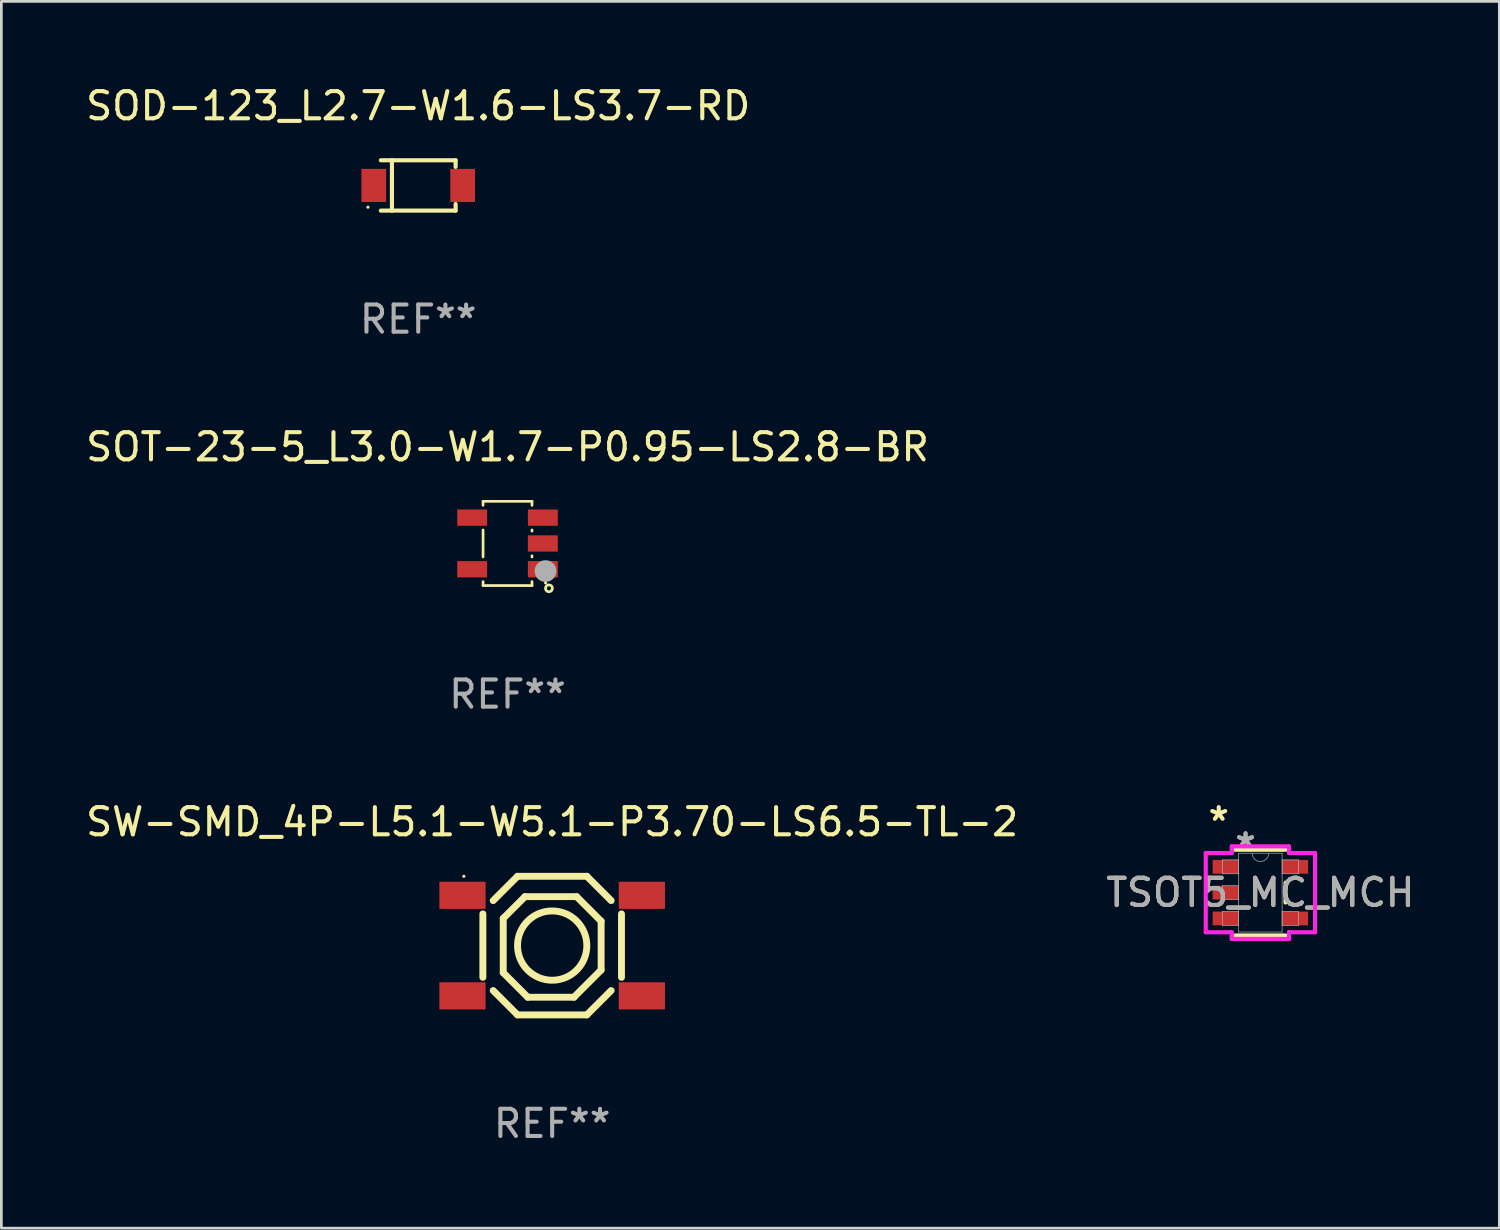
<source format=kicad_pcb>
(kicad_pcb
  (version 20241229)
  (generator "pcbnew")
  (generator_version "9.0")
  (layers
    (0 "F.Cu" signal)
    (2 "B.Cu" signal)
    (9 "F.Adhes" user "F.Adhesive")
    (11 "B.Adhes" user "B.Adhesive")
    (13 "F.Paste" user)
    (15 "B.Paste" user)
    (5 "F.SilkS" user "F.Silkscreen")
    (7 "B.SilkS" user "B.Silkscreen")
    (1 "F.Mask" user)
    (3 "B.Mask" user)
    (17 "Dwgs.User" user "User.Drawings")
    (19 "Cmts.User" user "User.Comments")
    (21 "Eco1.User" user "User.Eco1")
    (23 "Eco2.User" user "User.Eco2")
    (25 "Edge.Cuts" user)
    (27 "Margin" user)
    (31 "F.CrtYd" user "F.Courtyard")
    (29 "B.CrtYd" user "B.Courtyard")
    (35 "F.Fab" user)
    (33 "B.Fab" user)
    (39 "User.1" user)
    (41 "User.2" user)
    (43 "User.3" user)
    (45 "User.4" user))
  (footprint "TSOT5_MC_MCH"
    (layer "F.Cu")
    (at 43.327 29.795)
    (property "Reference" "TSOT5_MC_MCH" (at 0 0 0) (unlocked yes) (layer "F.SilkS") (effects (font (size 1 1) (thickness 0.15))))
    (attr smd)
    (fp_line (start -0.927 1.577) (end 0.927 1.577) (stroke (width 0.152) (type solid)) (layer "F.SilkS"))
    (fp_line (start 0.927 -1.577) (end -0.927 -1.577) (stroke (width 0.152) (type solid)) (layer "F.SilkS"))
    (fp_line (start 0.927 0.363) (end 0.927 -0.363) (stroke (width 0.152) (type solid)) (layer "F.SilkS"))
    (fp_line (start -2.01 -1.458) (end -1.054 -1.458) (stroke (width 0.152) (type solid)) (layer "F.CrtYd"))
    (fp_line (start -2.01 1.458) (end -2.01 -1.458) (stroke (width 0.152) (type solid)) (layer "F.CrtYd"))
    (fp_line (start -1.054 -1.704) (end 1.054 -1.704) (stroke (width 0.152) (type solid)) (layer "F.CrtYd"))
    (fp_line (start -1.054 -1.458) (end -1.054 -1.704) (stroke (width 0.152) (type solid)) (layer "F.CrtYd"))
    (fp_line (start -1.054 1.458) (end -2.01 1.458) (stroke (width 0.152) (type solid)) (layer "F.CrtYd"))
    (fp_line (start -1.054 1.704) (end -1.054 1.458) (stroke (width 0.152) (type solid)) (layer "F.CrtYd"))
    (fp_line (start 1.054 -1.704) (end 1.054 -1.458) (stroke (width 0.152) (type solid)) (layer "F.CrtYd"))
    (fp_line (start 1.054 -1.458) (end 2.01 -1.458) (stroke (width 0.152) (type solid)) (layer "F.CrtYd"))
    (fp_line (start 1.054 1.458) (end 1.054 1.704) (stroke (width 0.152) (type solid)) (layer "F.CrtYd"))
    (fp_line (start 1.054 1.704) (end -1.054 1.704) (stroke (width 0.152) (type solid)) (layer "F.CrtYd"))
    (fp_line (start 2.01 -1.458) (end 2.01 1.458) (stroke (width 0.152) (type solid)) (layer "F.CrtYd"))
    (fp_line (start 2.01 1.458) (end 1.054 1.458) (stroke (width 0.152) (type solid)) (layer "F.CrtYd"))
    (fp_line (start -1.4 -1.204) (end -1.4 -0.696) (stroke (width 0.025) (type solid)) (layer "F.Fab"))
    (fp_line (start -1.4 -0.696) (end -0.8 -0.696) (stroke (width 0.025) (type solid)) (layer "F.Fab"))
    (fp_line (start -1.4 -0.254) (end -1.4 0.254) (stroke (width 0.025) (type solid)) (layer "F.Fab"))
    (fp_line (start -1.4 0.254) (end -0.8 0.254) (stroke (width 0.025) (type solid)) (layer "F.Fab"))
    (fp_line (start -1.4 0.696) (end -1.4 1.204) (stroke (width 0.025) (type solid)) (layer "F.Fab"))
    (fp_line (start -1.4 1.204) (end -0.8 1.204) (stroke (width 0.025) (type solid)) (layer "F.Fab"))
    (fp_line (start -0.8 -1.45) (end -0.8 1.45) (stroke (width 0.025) (type solid)) (layer "F.Fab"))
    (fp_line (start -0.8 -1.204) (end -1.4 -1.204) (stroke (width 0.025) (type solid)) (layer "F.Fab"))
    (fp_line (start -0.8 -0.696) (end -0.8 -1.204) (stroke (width 0.025) (type solid)) (layer "F.Fab"))
    (fp_line (start -0.8 -0.254) (end -1.4 -0.254) (stroke (width 0.025) (type solid)) (layer "F.Fab"))
    (fp_line (start -0.8 0.254) (end -0.8 -0.254) (stroke (width 0.025) (type solid)) (layer "F.Fab"))
    (fp_line (start -0.8 0.696) (end -1.4 0.696) (stroke (width 0.025) (type solid)) (layer "F.Fab"))
    (fp_line (start -0.8 1.204) (end -0.8 0.696) (stroke (width 0.025) (type solid)) (layer "F.Fab"))
    (fp_line (start -0.8 1.45) (end 0.8 1.45) (stroke (width 0.025) (type solid)) (layer "F.Fab"))
    (fp_line (start 0.8 -1.45) (end -0.8 -1.45) (stroke (width 0.025) (type solid)) (layer "F.Fab"))
    (fp_line (start 0.8 -1.204) (end 0.8 -0.696) (stroke (width 0.025) (type solid)) (layer "F.Fab"))
    (fp_line (start 0.8 -0.696) (end 1.4 -0.696) (stroke (width 0.025) (type solid)) (layer "F.Fab"))
    (fp_line (start 0.8 0.696) (end 0.8 1.204) (stroke (width 0.025) (type solid)) (layer "F.Fab"))
    (fp_line (start 0.8 1.204) (end 1.4 1.204) (stroke (width 0.025) (type solid)) (layer "F.Fab"))
    (fp_line (start 0.8 1.45) (end 0.8 -1.45) (stroke (width 0.025) (type solid)) (layer "F.Fab"))
    (fp_line (start 1.4 -1.204) (end 0.8 -1.204) (stroke (width 0.025) (type solid)) (layer "F.Fab"))
    (fp_line (start 1.4 -0.696) (end 1.4 -1.204) (stroke (width 0.025) (type solid)) (layer "F.Fab"))
    (fp_line (start 1.4 0.696) (end 0.8 0.696) (stroke (width 0.025) (type solid)) (layer "F.Fab"))
    (fp_line (start 1.4 1.204) (end 1.4 0.696) (stroke (width 0.025) (type solid)) (layer "F.Fab"))
    (fp_arc (start 0.3048 -1.45) (mid 0 -1.1452) (end -0.3048 -1.45) (stroke (width 0.0254) (type solid)) (layer "F.Fab"))
    (fp_text user "*" (at -1.532 -2.601 0) (layer "F.SilkS") (effects (font (size 1 1) (thickness 0.15))))
    (fp_text user "*" (at -0.546 -1.636 0) (unlocked yes) (layer "F.Fab") (effects (font (size 1 1) (thickness 0.15))))
    (fp_text user "*" (at -0.546 -1.636 0) (layer "F.Fab") (effects (font (size 1 1) (thickness 0.15))))
    (fp_text user "${REFERENCE}" (at 0 0 0) (unlocked yes) (layer "F.Fab") (effects (font (size 1 1) (thickness 0.15))))
    (pad "1" smd rect (at -1.278 -0.95) (size 0.956 0.508) (layers "F.Cu" "F.Mask" "F.Paste"))
    (pad "2" smd rect (at -1.278 0) (size 0.956 0.508) (layers "F.Cu" "F.Mask" "F.Paste"))
    (pad "3" smd rect (at -1.278 0.95) (size 0.956 0.508) (layers "F.Cu" "F.Mask" "F.Paste"))
    (pad "4" smd rect (at 1.278 0.95) (size 0.956 0.508) (layers "F.Cu" "F.Mask" "F.Paste"))
    (pad "5" smd rect (at 1.278 -0.95) (size 0.956 0.508) (layers "F.Cu" "F.Mask" "F.Paste")))
  (footprint "SOT-23-5_L3.0-W1.7-P0.95-LS2.8-BR"
    (layer "F.Cu")
    (at 15.625 16.947)
    (property "Reference" "SOT-23-5_L3.0-W1.7-P0.95-LS2.8-BR" (at 0 -3.55 0) (layer "F.SilkS") (effects (font (size 1 1) (thickness 0.15))))
    (attr smd)
    (fp_line (start -0.9 -1.55) (end -0.9 -1.404) (stroke (width 0.1) (type solid)) (layer "F.SilkS"))
    (fp_line (start -0.9 -1.55) (end 0.9 -1.55) (stroke (width 0.1) (type solid)) (layer "F.SilkS"))
    (fp_line (start -0.9 -0.496) (end -0.9 0.496) (stroke (width 0.1) (type solid)) (layer "F.SilkS"))
    (fp_line (start -0.9 1.404) (end -0.9 1.55) (stroke (width 0.1) (type solid)) (layer "F.SilkS"))
    (fp_line (start -0.9 1.55) (end 0.9 1.55) (stroke (width 0.1) (type solid)) (layer "F.SilkS"))
    (fp_line (start 0.9 -1.55) (end 0.9 -1.404) (stroke (width 0.1) (type solid)) (layer "F.SilkS"))
    (fp_line (start 0.9 -0.496) (end 0.9 -0.454) (stroke (width 0.1) (type solid)) (layer "F.SilkS"))
    (fp_line (start 0.9 0.454) (end 0.9 0.496) (stroke (width 0.1) (type solid)) (layer "F.SilkS"))
    (fp_line (start 0.9 1.404) (end 0.9 1.55) (stroke (width 0.1) (type solid)) (layer "F.SilkS"))
    (fp_circle (center 1.4 1.45) (end 1.43 1.45) (stroke (width 0.06) (type solid)) (fill no) (layer "F.SilkS"))
    (fp_circle (center 1.524 1.651) (end 1.651 1.651) (stroke (width 0.1) (type solid)) (fill no) (layer "F.SilkS"))
    (fp_circle (center 1.397 1.016) (end 1.597 1.016) (stroke (width 0.4) (type solid)) (fill no) (layer "F.Fab"))
    (fp_text user "REF**" (at 0 5.55 0) (layer "F.Fab") (effects (font (size 1 1) (thickness 0.15))))
    (pad "1" smd rect (at 1.3 0.95) (size 1.1 0.6) (layers "F.Cu" "F.Mask" "F.Paste"))
    (pad "2" smd rect (at 1.3 0) (size 1.1 0.6) (layers "F.Cu" "F.Mask" "F.Paste"))
    (pad "3" smd rect (at 1.3 -0.95) (size 1.1 0.6) (layers "F.Cu" "F.Mask" "F.Paste"))
    (pad "4" smd rect (at -1.3 -0.95) (size 1.1 0.6) (layers "F.Cu" "F.Mask" "F.Paste"))
    (pad "5" smd rect (at -1.3 0.95) (size 1.1 0.6) (layers "F.Cu" "F.Mask" "F.Paste")))
  (footprint "SW-SMD_4P-L5.1-W5.1-P3.70-LS6.5-TL-2"
    (layer "F.Cu")
    (at 17.268 31.744)
    (property "Reference" "SW-SMD_4P-L5.1-W5.1-P3.70-LS6.5-TL-2" (at 0 -4.55 0) (layer "F.SilkS") (effects (font (size 1 1) (thickness 0.15))))
    (attr smd)
    (fp_line (start -2.55 -1.168) (end -2.55 1.168) (stroke (width 0.254) (type solid)) (layer "F.SilkS"))
    (fp_line (start -2.17 1.655) (end -1.275 2.55) (stroke (width 0.254) (type solid)) (layer "F.SilkS"))
    (fp_line (start -1.801 -1.001) (end -1.001 -1.801) (stroke (width 0.254) (type solid)) (layer "F.SilkS"))
    (fp_line (start -1.801 0.998) (end -1.801 -1.001) (stroke (width 0.254) (type solid)) (layer "F.SilkS"))
    (fp_line (start -1.275 -2.55) (end -2.17 -1.655) (stroke (width 0.254) (type solid)) (layer "F.SilkS"))
    (fp_line (start -1.275 -2.55) (end 1.275 -2.55) (stroke (width 0.254) (type solid)) (layer "F.SilkS"))
    (fp_line (start -1.275 2.55) (end 1.275 2.55) (stroke (width 0.254) (type solid)) (layer "F.SilkS"))
    (fp_line (start -1.001 -1.801) (end 0.899 -1.801) (stroke (width 0.254) (type solid)) (layer "F.SilkS"))
    (fp_line (start -0.899 1.9) (end -1.801 0.998) (stroke (width 0.254) (type solid)) (layer "F.SilkS"))
    (fp_line (start 0.8 1.9) (end -0.899 1.9) (stroke (width 0.254) (type solid)) (layer "F.SilkS"))
    (fp_line (start 0.899 -1.801) (end 1.801 -0.899) (stroke (width 0.254) (type solid)) (layer "F.SilkS"))
    (fp_line (start 1.275 -2.55) (end 2.17 -1.655) (stroke (width 0.254) (type solid)) (layer "F.SilkS"))
    (fp_line (start 1.801 -0.899) (end 1.801 0.899) (stroke (width 0.254) (type solid)) (layer "F.SilkS"))
    (fp_line (start 1.801 0.899) (end 0.8 1.9) (stroke (width 0.254) (type solid)) (layer "F.SilkS"))
    (fp_line (start 2.17 1.655) (end 1.275 2.55) (stroke (width 0.254) (type solid)) (layer "F.SilkS"))
    (fp_line (start 2.55 -1.168) (end 2.55 1.168) (stroke (width 0.254) (type solid)) (layer "F.SilkS"))
    (fp_circle (center -3.25 -2.55) (end -3.22 -2.55) (stroke (width 0.06) (type solid)) (fill no) (layer "F.SilkS"))
    (fp_circle (center 0 0) (end 1.275 0) (stroke (width 0.254) (type solid)) (fill no) (layer "F.SilkS"))
    (fp_text user "REF**" (at 0 6.55 0) (layer "F.Fab") (effects (font (size 1 1) (thickness 0.15))))
    (pad "1" smd rect (at -3.3 -1.85) (size 1.7 1) (layers "F.Cu" "F.Mask" "F.Paste"))
    (pad "2" smd rect (at 3.3 -1.85) (size 1.7 1) (layers "F.Cu" "F.Mask" "F.Paste"))
    (pad "3" smd rect (at -3.3 1.85) (size 1.7 1) (layers "F.Cu" "F.Mask" "F.Paste"))
    (pad "4" smd rect (at 3.3 1.85) (size 1.7 1) (layers "F.Cu" "F.Mask" "F.Paste")))
  (footprint "SOD-123_L2.7-W1.6-LS3.7-RD"
    (layer "F.Cu")
    (at 12.339 3.774)
    (property "Reference" "SOD-123_L2.7-W1.6-LS3.7-RD" (at 0 -2.926 0) (layer "F.SilkS") (effects (font (size 1 1) (thickness 0.15))))
    (attr smd)
    (fp_line (start -1.376 -0.926) (end 1.376 -0.926) (stroke (width 0.152) (type solid)) (layer "F.SilkS"))
    (fp_line (start -1.376 0.926) (end 1.376 0.926) (stroke (width 0.152) (type solid)) (layer "F.SilkS"))
    (fp_line (start -0.967 -0.926) (end -0.967 0.926) (stroke (width 0.152) (type solid)) (layer "F.SilkS"))
    (fp_line (start 1.376 -0.926) (end 1.376 -0.683) (stroke (width 0.152) (type solid)) (layer "F.SilkS"))
    (fp_line (start 1.376 0.926) (end 1.376 0.683) (stroke (width 0.152) (type solid)) (layer "F.SilkS"))
    (fp_circle (center -1.85 0.8) (end -1.82 0.8) (stroke (width 0.06) (type solid)) (fill no) (layer "F.SilkS"))
    (fp_text user "REF**" (at 0 4.926 0) (layer "F.Fab") (effects (font (size 1 1) (thickness 0.15))))
    (pad "1" smd rect (at -1.635 0) (size 0.91 1.22) (layers "F.Cu" "F.Mask" "F.Paste"))
    (pad "2" smd rect (at 1.635 0) (size 0.91 1.22) (layers "F.Cu" "F.Mask" "F.Paste")))
  (gr_rect
    (start -3 -3)
    (end 52.119 42.142)
    (stroke (width 0.1) (type default))
    (fill no)
    (layer "Edge.Cuts")))
</source>
